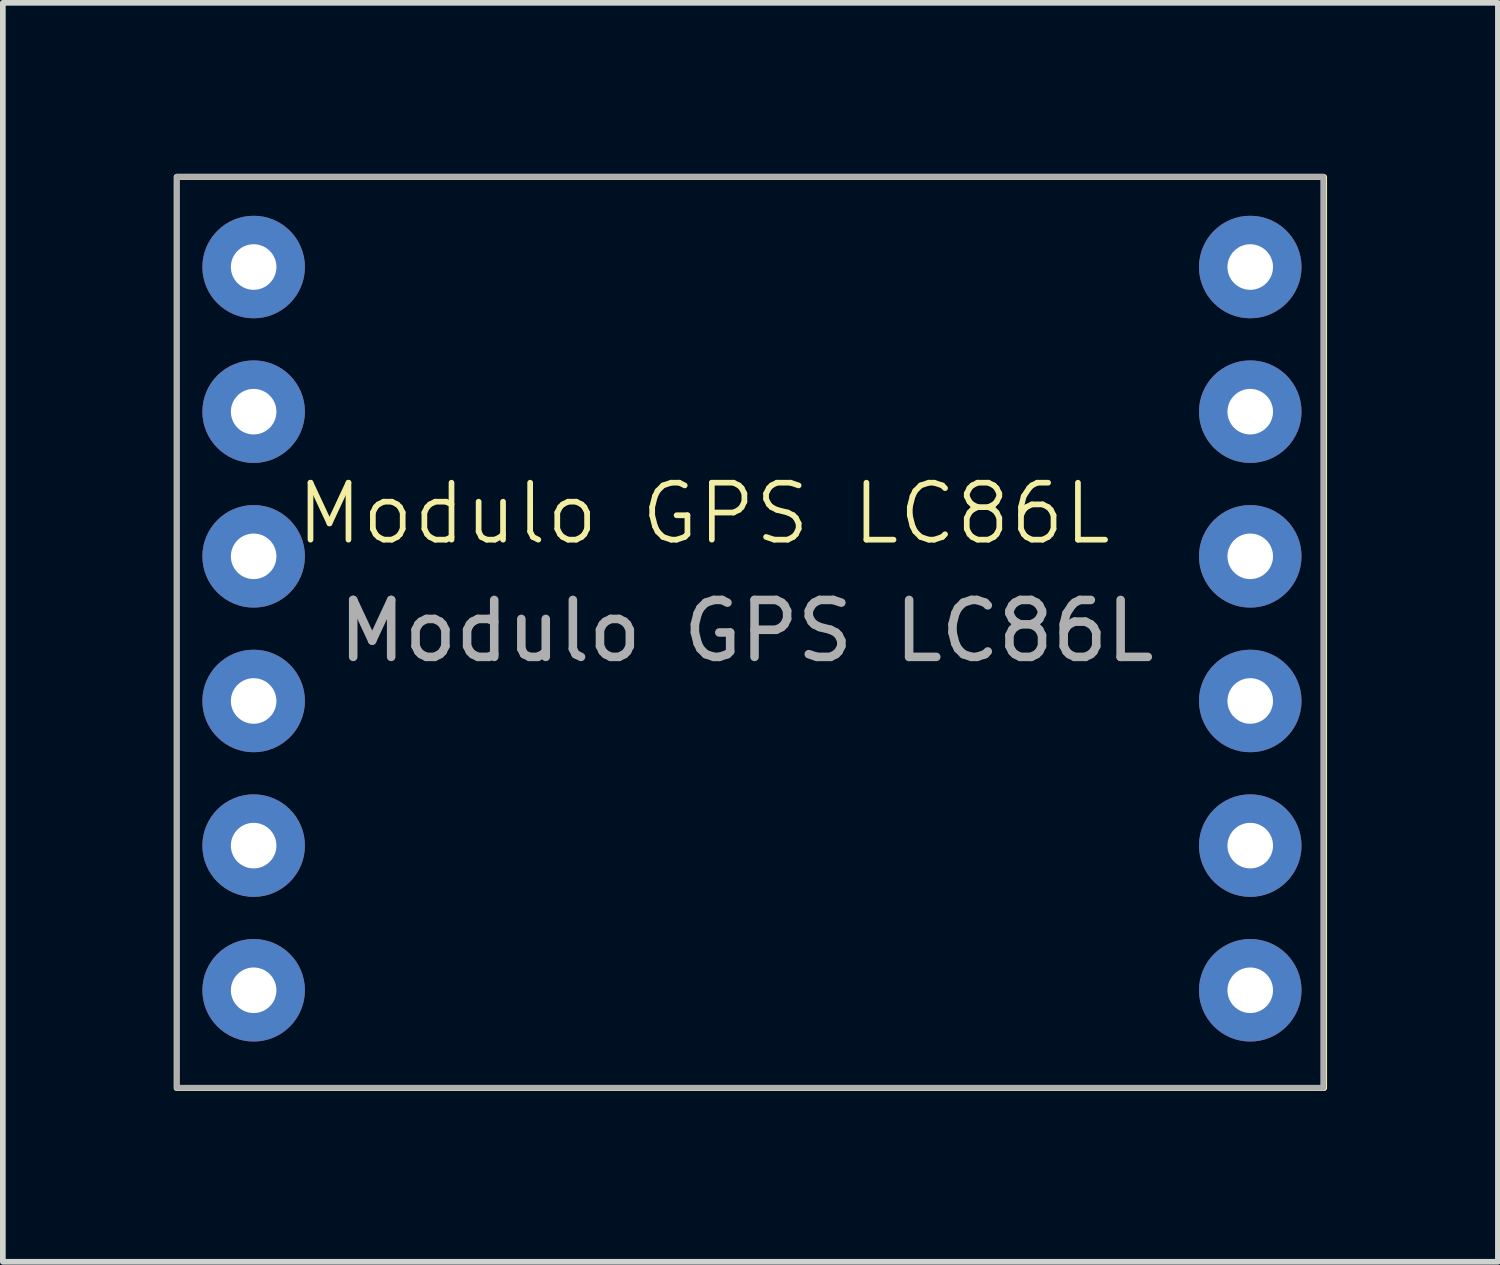
<source format=kicad_pcb>
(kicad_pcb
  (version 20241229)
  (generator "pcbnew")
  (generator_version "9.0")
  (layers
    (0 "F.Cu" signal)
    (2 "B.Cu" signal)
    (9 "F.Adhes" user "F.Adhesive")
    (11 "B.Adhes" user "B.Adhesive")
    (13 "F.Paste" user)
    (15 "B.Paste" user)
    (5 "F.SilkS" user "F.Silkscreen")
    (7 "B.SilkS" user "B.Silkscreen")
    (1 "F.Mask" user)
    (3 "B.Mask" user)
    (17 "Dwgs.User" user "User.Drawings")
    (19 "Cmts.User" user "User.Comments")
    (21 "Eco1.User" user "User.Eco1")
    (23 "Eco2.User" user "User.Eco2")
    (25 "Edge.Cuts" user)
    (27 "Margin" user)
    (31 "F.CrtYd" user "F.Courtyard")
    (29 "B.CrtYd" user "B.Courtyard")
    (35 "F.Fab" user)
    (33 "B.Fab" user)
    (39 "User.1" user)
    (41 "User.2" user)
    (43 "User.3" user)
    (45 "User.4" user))
  (footprint "Modulo GPS LC86L"
    (layer "F.Cu")
    (at 9.057 7.972)
    (property "Reference" "Modulo GPS LC86L" (at 0.25 -2.003 0) (unlocked yes) (layer "F.SilkS") (effects (font (size 1 1) (thickness 0.1))))
    (attr through_hole)
    (fp_rect (start -9.007 -7.915) (end 11.146 8.085) (stroke (width 0.1) (type solid)) (fill no) (layer "F.SilkS"))
    (fp_rect (start -9 -7.922) (end 11.128 8.078) (stroke (width 0.1) (type solid)) (fill no) (layer "F.Fab"))
    (fp_text user "${REFERENCE}" (at 1 0.058 0) (unlocked yes) (layer "F.Fab") (effects (font (size 1 1) (thickness 0.15))))
    (pad "1" thru_hole circle (at -7.653 -6.333 270) (size 1.8 1.8) (drill 0.8) (layers "*.Cu" "*.Mask"))
    (pad "2" thru_hole circle (at -7.653 -3.793 270) (size 1.8 1.8) (drill 0.8) (layers "*.Cu" "*.Mask"))
    (pad "3" thru_hole circle (at -7.653 -1.253 270) (size 1.8 1.8) (drill 0.8) (layers "*.Cu" "*.Mask"))
    (pad "4" thru_hole circle (at -7.653 1.287 270) (size 1.8 1.8) (drill 0.8) (layers "*.Cu" "*.Mask"))
    (pad "5" thru_hole circle (at -7.653 3.827 270) (size 1.8 1.8) (drill 0.8) (layers "*.Cu" "*.Mask"))
    (pad "6" thru_hole circle (at -7.653 6.367 270) (size 1.8 1.8) (drill 0.8) (layers "*.Cu" "*.Mask"))
    (pad "7" thru_hole circle (at 9.847 -6.333 270) (size 1.8 1.8) (drill 0.8) (layers "*.Cu" "*.Mask"))
    (pad "8" thru_hole circle (at 9.847 -3.793 270) (size 1.8 1.8) (drill 0.8) (layers "*.Cu" "*.Mask"))
    (pad "9" thru_hole circle (at 9.847 -1.253 270) (size 1.8 1.8) (drill 0.8) (layers "*.Cu" "*.Mask"))
    (pad "10" thru_hole circle (at 9.847 1.287 270) (size 1.8 1.8) (drill 0.8) (layers "*.Cu" "*.Mask"))
    (pad "11" thru_hole circle (at 9.847 3.827 270) (size 1.8 1.8) (drill 0.8) (layers "*.Cu" "*.Mask"))
    (pad "12" thru_hole circle (at 9.847 6.367 270) (size 1.8 1.8) (drill 0.8) (layers "*.Cu" "*.Mask")))
  (gr_rect
    (start -3 -3)
    (end 23.253 19.107)
    (stroke (width 0.1) (type default))
    (fill no)
    (layer "Edge.Cuts")))
</source>
